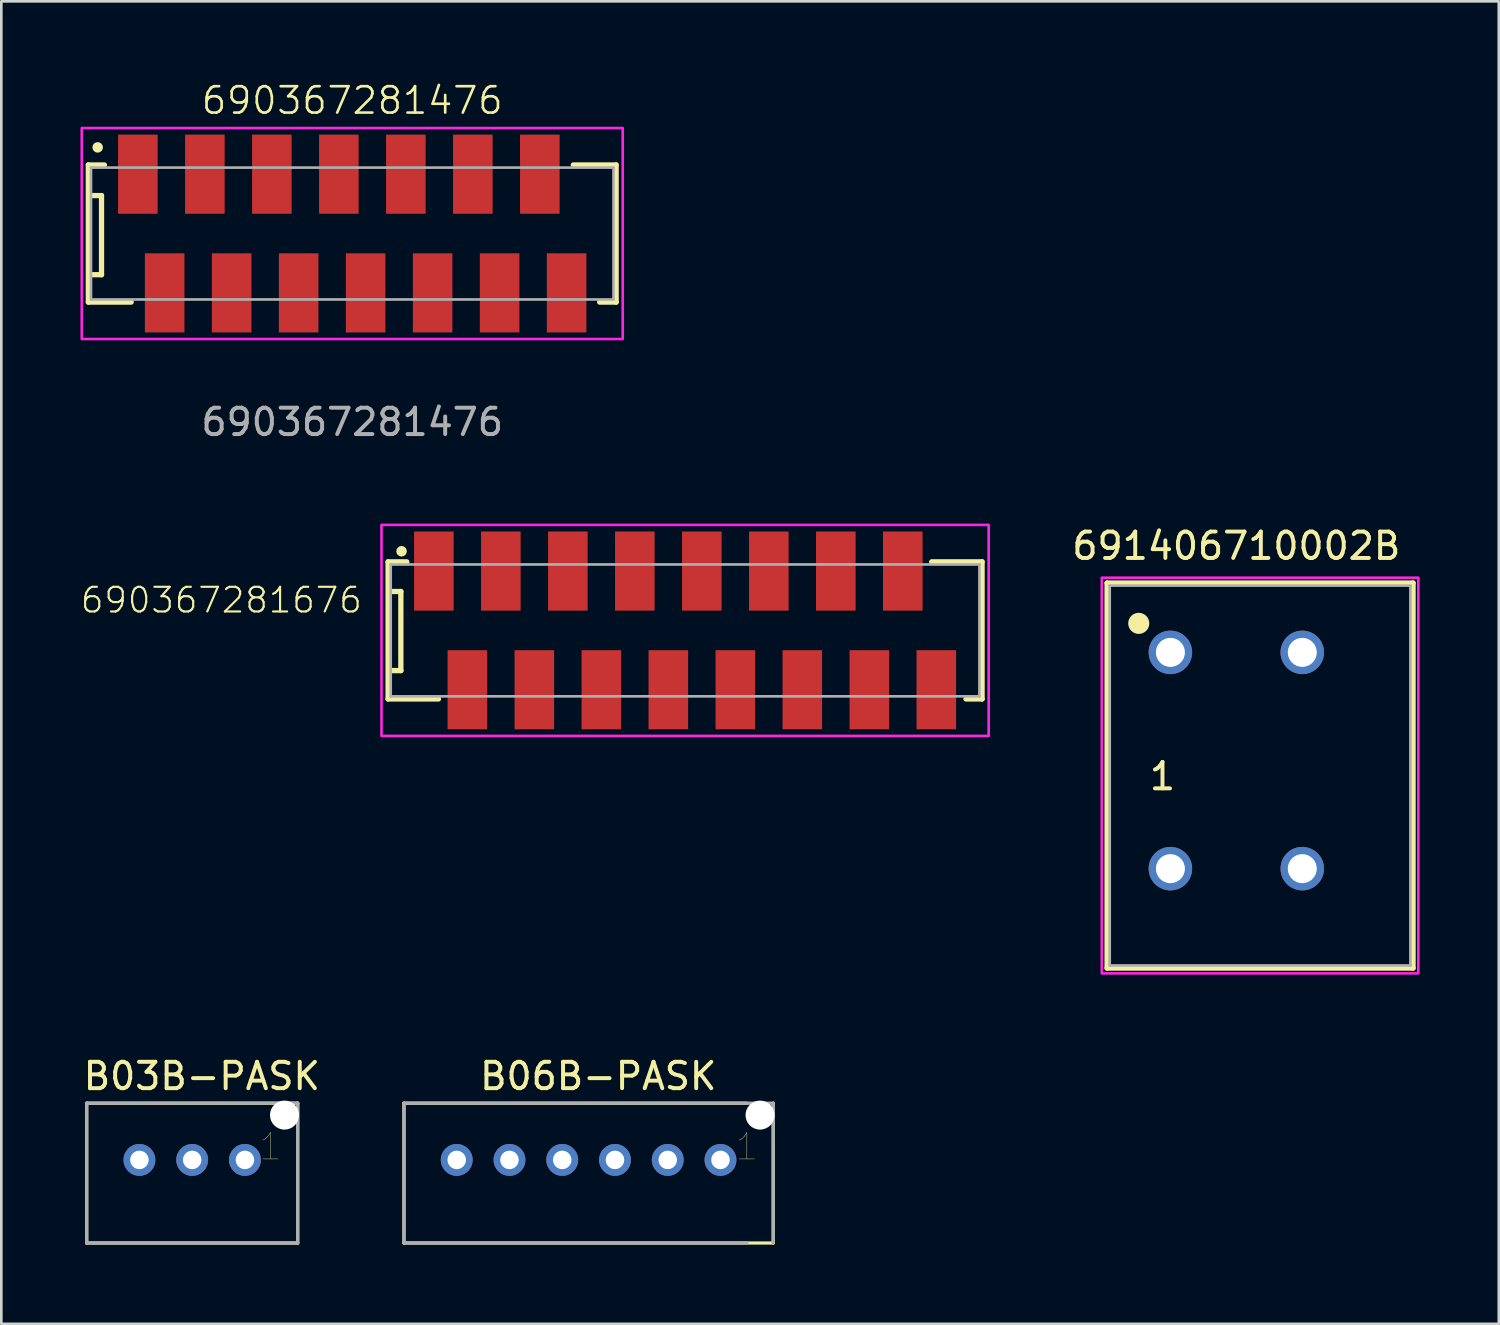
<source format=kicad_pcb>
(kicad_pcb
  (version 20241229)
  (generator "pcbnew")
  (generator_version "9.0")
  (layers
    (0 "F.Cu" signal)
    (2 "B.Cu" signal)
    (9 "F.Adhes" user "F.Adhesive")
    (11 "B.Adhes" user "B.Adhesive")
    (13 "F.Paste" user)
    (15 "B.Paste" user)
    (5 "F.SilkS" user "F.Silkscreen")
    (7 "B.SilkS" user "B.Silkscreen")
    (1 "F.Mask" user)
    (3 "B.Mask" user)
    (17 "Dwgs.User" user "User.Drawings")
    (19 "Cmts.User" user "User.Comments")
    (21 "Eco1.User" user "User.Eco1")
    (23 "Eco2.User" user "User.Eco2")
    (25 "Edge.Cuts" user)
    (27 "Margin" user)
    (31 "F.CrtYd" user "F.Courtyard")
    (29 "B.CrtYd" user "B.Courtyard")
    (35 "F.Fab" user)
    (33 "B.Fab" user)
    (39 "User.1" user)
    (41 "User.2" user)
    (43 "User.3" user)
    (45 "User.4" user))
  (footprint "690367281476"
    (layer "F.Cu")
    (at 10.305 5.84)
    (property "Reference" "690367281476" (at 0 -5.08 0) (unlocked yes) (layer "F.SilkS") (effects (font (size 1 1) (thickness 0.1))))
    (attr smd)
    (fp_line (start -10.005 -2.636) (end -10.005 2.564) (stroke (width 0.2) (type solid)) (layer "F.SilkS"))
    (fp_line (start -10.005 2.564) (end -8.382 2.564) (stroke (width 0.2) (type solid)) (layer "F.SilkS"))
    (fp_line (start -9.906 -1.476) (end -9.506 -1.476) (stroke (width 0.2) (type solid)) (layer "F.SilkS"))
    (fp_line (start -9.506 -1.476) (end -9.506 1.524) (stroke (width 0.2) (type solid)) (layer "F.SilkS"))
    (fp_line (start -9.506 1.524) (end -9.906 1.524) (stroke (width 0.2) (type solid)) (layer "F.SilkS"))
    (fp_line (start -9.398 -2.636) (end -10.005 -2.636) (stroke (width 0.2) (type solid)) (layer "F.SilkS"))
    (fp_line (start 8.382 -2.636) (end 10.005 -2.636) (stroke (width 0.2) (type solid)) (layer "F.SilkS"))
    (fp_line (start 10.005 -2.636) (end 10.005 2.564) (stroke (width 0.2) (type solid)) (layer "F.SilkS"))
    (fp_line (start 10.005 2.564) (end 9.38 2.564) (stroke (width 0.2) (type solid)) (layer "F.SilkS"))
    (fp_circle (center -9.652 -3.302) (end -9.552 -3.302) (stroke (width 0.2) (type solid)) (fill no) (layer "F.SilkS"))
    (fp_poly (pts (xy 10.255 3.964) (xy -10.255 3.964) (xy -10.255 -4.036) (xy 10.255 -4.036)) (stroke (width 0.1) (type solid)) (fill no) (layer "F.CrtYd"))
    (fp_line (start -9.905 -2.536) (end -9.905 2.464) (stroke (width 0.1) (type solid)) (layer "F.Fab"))
    (fp_line (start -9.905 2.464) (end 9.905 2.464) (stroke (width 0.1) (type solid)) (layer "F.Fab"))
    (fp_line (start 9.905 -2.536) (end -9.905 -2.536) (stroke (width 0.1) (type solid)) (layer "F.Fab"))
    (fp_line (start 9.905 2.464) (end 9.905 -2.536) (stroke (width 0.1) (type solid)) (layer "F.Fab"))
    (fp_text user "${REFERENCE}" (at 0 7.112 0) (unlocked yes) (layer "F.Fab") (effects (font (size 1 1) (thickness 0.15))))
    (pad "1" smd rect (at -8.128 -2.286) (size 1.5 3) (layers "F.Cu" "F.Mask" "F.Paste"))
    (pad "2" smd rect (at -7.112 2.214) (size 1.5 3) (layers "F.Cu" "F.Mask" "F.Paste"))
    (pad "3" smd rect (at -5.588 -2.286 180) (size 1.5 3) (layers "F.Cu" "F.Mask" "F.Paste"))
    (pad "4" smd rect (at -4.572 2.214) (size 1.5 3) (layers "F.Cu" "F.Mask" "F.Paste"))
    (pad "5" smd rect (at -3.048 -2.286) (size 1.5 3) (layers "F.Cu" "F.Mask" "F.Paste"))
    (pad "6" smd rect (at -2.032 2.214) (size 1.5 3) (layers "F.Cu" "F.Mask" "F.Paste"))
    (pad "7" smd rect (at -0.508 -2.286) (size 1.5 3) (layers "F.Cu" "F.Mask" "F.Paste"))
    (pad "8" smd rect (at 0.508 2.214) (size 1.5 3) (layers "F.Cu" "F.Mask" "F.Paste"))
    (pad "9" smd rect (at 2.032 -2.286) (size 1.5 3) (layers "F.Cu" "F.Mask" "F.Paste"))
    (pad "10" smd rect (at 3.048 2.214) (size 1.5 3) (layers "F.Cu" "F.Mask" "F.Paste"))
    (pad "11" smd rect (at 4.572 -2.286) (size 1.5 3) (layers "F.Cu" "F.Mask" "F.Paste"))
    (pad "12" smd rect (at 5.588 2.214) (size 1.5 3) (layers "F.Cu" "F.Mask" "F.Paste"))
    (pad "13" smd rect (at 7.112 -2.286) (size 1.5 3) (layers "F.Cu" "F.Mask" "F.Paste"))
    (pad "14" smd rect (at 8.128 2.214) (size 1.5 3) (layers "F.Cu" "F.Mask" "F.Paste")))
  (footprint "691406710002B"
    (layer "F.Cu")
    (at 43.824 25.784)
    (property "Reference" "691406710002B" (at 0 -8.135 0) (layer "F.SilkS") (effects (font (size 1 1) (thickness 0.15))))
    (attr through_hole)
    (fp_line (start -4.9 -6.73) (end 6.7 -6.73) (stroke (width 0.2) (type solid)) (layer "F.SilkS"))
    (fp_line (start -4.9 7.87) (end -4.9 -6.73) (stroke (width 0.2) (type solid)) (layer "F.SilkS"))
    (fp_line (start 6.7 -6.73) (end 6.7 7.87) (stroke (width 0.2) (type solid)) (layer "F.SilkS"))
    (fp_line (start 6.7 7.87) (end -4.9 7.87) (stroke (width 0.2) (type solid)) (layer "F.SilkS"))
    (fp_circle (center -3.7 -5.2) (end -3.5 -5.2) (stroke (width 0.4) (type solid)) (fill no) (layer "F.SilkS"))
    (fp_poly (pts (xy 6.9 8.07) (xy -5.1 8.07) (xy -5.1 -6.93) (xy 6.9 -6.93)) (stroke (width 0.1) (type solid)) (fill no) (layer "F.CrtYd"))
    (fp_line (start -4.8 -6.63) (end 6.6 -6.63) (stroke (width 0.1) (type solid)) (layer "F.Fab"))
    (fp_line (start -4.8 7.77) (end -4.8 -6.63) (stroke (width 0.1) (type solid)) (layer "F.Fab"))
    (fp_line (start 6.6 -6.63) (end 6.6 7.77) (stroke (width 0.1) (type solid)) (layer "F.Fab"))
    (fp_line (start 6.6 7.77) (end -4.8 7.77) (stroke (width 0.1) (type solid)) (layer "F.Fab"))
    (fp_text user "1" (at -2.8 0.6 0) (layer "F.SilkS") (effects (font (size 1 1) (thickness 0.15))))
    (pad "1" thru_hole circle (at -2.5 -4.1) (size 1.65 1.65) (drill 1.1) (layers "*.Cu" "*.Mask"))
    (pad "1" thru_hole circle (at -2.5 4.1) (size 1.65 1.65) (drill 1.1) (layers "*.Cu" "*.Mask"))
    (pad "2" thru_hole circle (at 2.5 -4.1) (size 1.65 1.65) (drill 1.1) (layers "*.Cu" "*.Mask"))
    (pad "2" thru_hole circle (at 2.5 4.1) (size 1.65 1.65) (drill 1.1) (layers "*.Cu" "*.Mask")))
  (footprint "B03B-PASK"
    (layer "F.Cu")
    (at 4.236 40.927)
    (property "Reference" "B03B-PASK" (at 0.365 -3.175 0) (layer "F.SilkS") (effects (font (size 1 1) (thickness 0.15))))
    (attr through_hole)
    (fp_line (start -4 -2.15) (end 4 -2.15) (stroke (width 0.12) (type solid)) (layer "F.SilkS"))
    (fp_line (start -4 3.15) (end -4 -2.15) (stroke (width 0.12) (type solid)) (layer "F.SilkS"))
    (fp_line (start 4 -2.15) (end 4 3.15) (stroke (width 0.12) (type solid)) (layer "F.SilkS"))
    (fp_line (start 4 3.15) (end -4 3.15) (stroke (width 0.12) (type solid)) (layer "F.SilkS"))
    (fp_line (start -4 3.15) (end -4 -2.15) (stroke (width 0.127) (type solid)) (layer "F.Fab"))
    (fp_line (start -4 3.15) (end 4 3.15) (stroke (width 0.127) (type solid)) (layer "F.Fab"))
    (fp_line (start 4 -2.15) (end -4 -2.15) (stroke (width 0.127) (type solid)) (layer "F.Fab"))
    (fp_line (start 4 -2.15) (end 4 3.15) (stroke (width 0.127) (type solid)) (layer "F.Fab"))
    (fp_text user "1" (at 2.968 -0.5 0) (layer "F.SilkS") (effects (font (size 1 1) (thickness 0.015))))
    (pad "" np_thru_hole circle (at 3.5 -1.7) (size 1.1 1.1) (drill 1.1) (layers "*.Cu" "*.Mask"))
    (pad "1" thru_hole circle (at 2 0) (size 1.208 1.208) (drill 0.7) (layers "*.Cu" "*.Mask"))
    (pad "2" thru_hole circle (at 0 0) (size 1.208 1.208) (drill 0.7) (layers "*.Cu" "*.Mask"))
    (pad "3" thru_hole circle (at -2 0) (size 1.208 1.208) (drill 0.7) (layers "*.Cu" "*.Mask")))
  (footprint "690367281676"
    (layer "F.Cu")
    (at 22.924 20.851)
    (property "Reference" "690367281676" (at -12.185 -0.6 0) (layer "F.SilkS") (effects (font (size 0.935 0.935) (thickness 0.081)) (justify right bottom)))
    (fp_line (start -11.26 -2.6) (end -11.26 2.6) (stroke (width 0.2) (type solid)) (layer "F.SilkS"))
    (fp_line (start -11.26 2.6) (end -9.35 2.6) (stroke (width 0.2) (type solid)) (layer "F.SilkS"))
    (fp_line (start -11.176 -1.476) (end -10.776 -1.476) (stroke (width 0.2) (type solid)) (layer "F.SilkS"))
    (fp_line (start -10.776 -1.476) (end -10.776 1.524) (stroke (width 0.2) (type solid)) (layer "F.SilkS"))
    (fp_line (start -10.776 1.524) (end -11.176 1.524) (stroke (width 0.2) (type solid)) (layer "F.SilkS"))
    (fp_line (start -10.55 -2.6) (end -11.26 -2.6) (stroke (width 0.2) (type solid)) (layer "F.SilkS"))
    (fp_line (start 9.35 -2.6) (end 11.26 -2.6) (stroke (width 0.2) (type solid)) (layer "F.SilkS"))
    (fp_line (start 11.26 -2.6) (end 11.26 2.6) (stroke (width 0.2) (type solid)) (layer "F.SilkS"))
    (fp_line (start 11.26 2.6) (end 10.65 2.6) (stroke (width 0.2) (type solid)) (layer "F.SilkS"))
    (fp_circle (center -10.75 -3) (end -10.65 -3) (stroke (width 0.2) (type solid)) (fill no) (layer "F.SilkS"))
    (fp_poly (pts (xy 11.51 4) (xy -11.51 4) (xy -11.51 -4) (xy 11.51 -4)) (stroke (width 0.1) (type solid)) (fill no) (layer "F.CrtYd"))
    (fp_line (start -11.16 -2.5) (end -11.16 2.5) (stroke (width 0.1) (type solid)) (layer "F.Fab"))
    (fp_line (start -11.16 -2.5) (end 11.16 -2.5) (stroke (width 0.1) (type solid)) (layer "F.Fab"))
    (fp_line (start -11.16 2.5) (end 11.16 2.5) (stroke (width 0.1) (type solid)) (layer "F.Fab"))
    (fp_line (start 11.16 2.5) (end 11.16 -2.5) (stroke (width 0.1) (type solid)) (layer "F.Fab"))
    (pad "1" smd rect (at -9.525 -2.25) (size 1.5 3) (layers "F.Cu" "F.Mask" "F.Paste"))
    (pad "2" smd rect (at -8.255 2.25) (size 1.5 3) (layers "F.Cu" "F.Mask" "F.Paste"))
    (pad "3" smd rect (at -6.985 -2.25) (size 1.5 3) (layers "F.Cu" "F.Mask" "F.Paste"))
    (pad "4" smd rect (at -5.715 2.25) (size 1.5 3) (layers "F.Cu" "F.Mask" "F.Paste"))
    (pad "5" smd rect (at -4.445 -2.25) (size 1.5 3) (layers "F.Cu" "F.Mask" "F.Paste"))
    (pad "6" smd rect (at -3.175 2.25) (size 1.5 3) (layers "F.Cu" "F.Mask" "F.Paste"))
    (pad "7" smd rect (at -1.905 -2.25) (size 1.5 3) (layers "F.Cu" "F.Mask" "F.Paste"))
    (pad "8" smd rect (at -0.635 2.25) (size 1.5 3) (layers "F.Cu" "F.Mask" "F.Paste"))
    (pad "9" smd rect (at 0.635 -2.25) (size 1.5 3) (layers "F.Cu" "F.Mask" "F.Paste"))
    (pad "10" smd rect (at 1.905 2.25) (size 1.5 3) (layers "F.Cu" "F.Mask" "F.Paste"))
    (pad "11" smd rect (at 3.175 -2.25) (size 1.5 3) (layers "F.Cu" "F.Mask" "F.Paste"))
    (pad "12" smd rect (at 4.445 2.25) (size 1.5 3) (layers "F.Cu" "F.Mask" "F.Paste"))
    (pad "13" smd rect (at 5.715 -2.25) (size 1.5 3) (layers "F.Cu" "F.Mask" "F.Paste"))
    (pad "14" smd rect (at 6.985 2.25) (size 1.5 3) (layers "F.Cu" "F.Mask" "F.Paste"))
    (pad "15" smd rect (at 8.255 -2.25) (size 1.5 3) (layers "F.Cu" "F.Mask" "F.Paste"))
    (pad "16" smd rect (at 9.525 2.25) (size 1.5 3) (layers "F.Cu" "F.Mask" "F.Paste")))
  (footprint "B06B-PASK"
    (layer "F.Cu")
    (at 19.266 40.927)
    (property "Reference" "B06B-PASK" (at 0.365 -3.175 0) (layer "F.SilkS") (effects (font (size 1 1) (thickness 0.15))))
    (attr through_hole)
    (fp_line (start -7 -2.15) (end 6 -2.15) (stroke (width 0.12) (type solid)) (layer "F.SilkS"))
    (fp_line (start -7 3.15) (end -7 -2.15) (stroke (width 0.12) (type solid)) (layer "F.SilkS"))
    (fp_line (start 7 -2.15) (end 7 3.15) (stroke (width 0.12) (type solid)) (layer "F.SilkS"))
    (fp_line (start 7 3.15) (end -7 3.15) (stroke (width 0.12) (type solid)) (layer "F.SilkS"))
    (fp_line (start -7 3.15) (end -7 -2.15) (stroke (width 0.127) (type solid)) (layer "F.Fab"))
    (fp_line (start -7 3.15) (end 6 3.15) (stroke (width 0.127) (type solid)) (layer "F.Fab"))
    (fp_line (start 7 -2.15) (end -7 -2.15) (stroke (width 0.127) (type solid)) (layer "F.Fab"))
    (fp_line (start 7 -2.15) (end 7 3.15) (stroke (width 0.127) (type solid)) (layer "F.Fab"))
    (fp_text user "1" (at 6 -0.5 0) (layer "F.SilkS") (effects (font (size 1 1) (thickness 0.015))))
    (pad "" np_thru_hole circle (at 6.5 -1.7) (size 1.1 1.1) (drill 1.1) (layers "*.Cu" "*.Mask"))
    (pad "1" thru_hole circle (at 5 0) (size 1.208 1.208) (drill 0.7) (layers "*.Cu" "*.Mask"))
    (pad "2" thru_hole circle (at 3 0) (size 1.208 1.208) (drill 0.7) (layers "*.Cu" "*.Mask"))
    (pad "3" thru_hole circle (at 1 0) (size 1.208 1.208) (drill 0.7) (layers "*.Cu" "*.Mask"))
    (pad "4" thru_hole circle (at -1 0) (size 1.208 1.208) (drill 0.7) (layers "*.Cu" "*.Mask"))
    (pad "5" thru_hole circle (at -3 0) (size 1.208 1.208) (drill 0.7) (layers "*.Cu" "*.Mask"))
    (pad "6" thru_hole circle (at -5 0) (size 1.208 1.208) (drill 0.7) (layers "*.Cu" "*.Mask")))
  (gr_rect
    (start -3 -3)
    (end 53.774 47.141)
    (stroke (width 0.1) (type default))
    (fill no)
    (layer "Edge.Cuts")))
</source>
